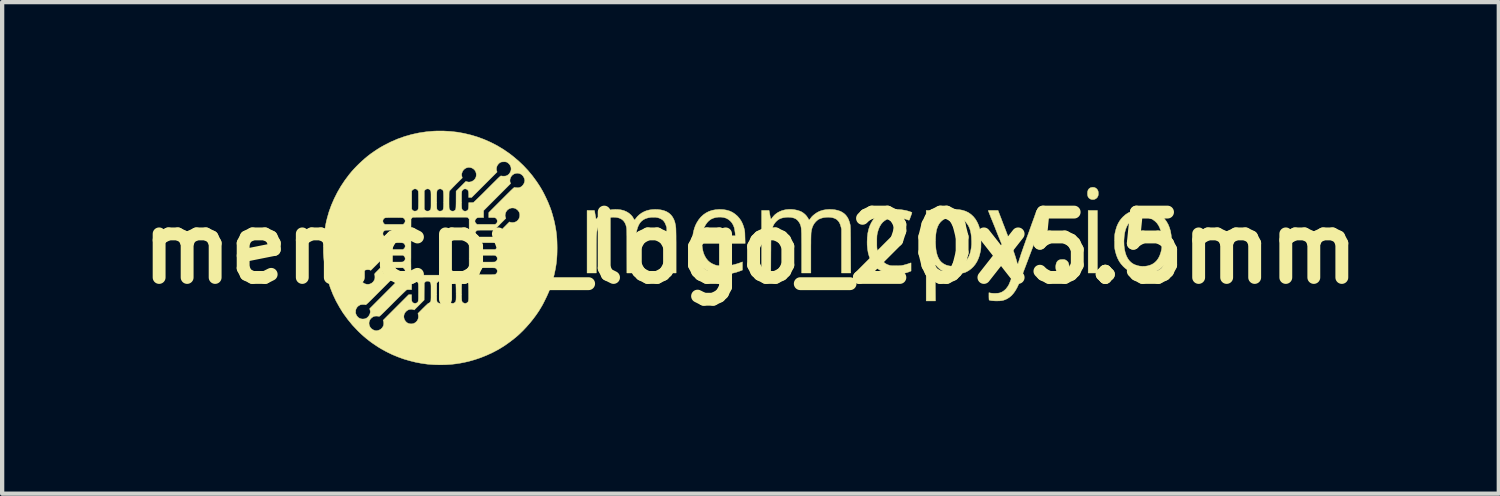
<source format=kicad_pcb>
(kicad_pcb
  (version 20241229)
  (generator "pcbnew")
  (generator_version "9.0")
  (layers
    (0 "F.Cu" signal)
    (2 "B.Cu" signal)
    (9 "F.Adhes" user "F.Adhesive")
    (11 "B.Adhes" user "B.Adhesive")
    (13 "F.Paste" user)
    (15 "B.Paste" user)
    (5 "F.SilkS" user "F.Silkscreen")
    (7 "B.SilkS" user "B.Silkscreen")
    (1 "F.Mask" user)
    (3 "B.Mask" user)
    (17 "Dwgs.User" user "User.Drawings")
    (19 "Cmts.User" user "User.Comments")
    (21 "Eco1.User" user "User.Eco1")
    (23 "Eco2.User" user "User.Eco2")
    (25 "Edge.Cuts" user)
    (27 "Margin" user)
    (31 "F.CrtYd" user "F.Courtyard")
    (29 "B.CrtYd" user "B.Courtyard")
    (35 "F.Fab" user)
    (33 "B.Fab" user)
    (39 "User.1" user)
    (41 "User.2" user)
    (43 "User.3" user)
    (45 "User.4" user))
  (footprint "memcpy_logo_20x5.5mm"
    (layer "F.Cu")
    (at 14.449 2.73)
    (property "Reference" "memcpy_logo_20x5.5mm" (at 0 0 0) (layer "F.SilkS") (effects (font (size 1.524 1.524) (thickness 0.3))))
    (attr through_hole)
    (fp_poly (pts (xy 8.089 0.585) (xy 7.874 0.585) (xy 7.874 -0.872) (xy 8.089 -0.872) (xy 8.089 0.585)) (stroke (width 0.01) (type solid)) (fill yes) (layer "F.SilkS"))
    (fp_poly (pts (xy 8.017 -1.409) (xy 8.05 -1.395) (xy 8.077 -1.373) (xy 8.097 -1.344) (xy 8.102 -1.332) (xy 8.109 -1.306) (xy 8.111 -1.275) (xy 8.11 -1.243) (xy 8.105 -1.215) (xy 8.102 -1.208) (xy 8.085 -1.176) (xy 8.06 -1.152) (xy 8.03 -1.135) (xy 7.997 -1.127) (xy 7.962 -1.128) (xy 7.928 -1.138) (xy 7.921 -1.142) (xy 7.895 -1.16) (xy 7.876 -1.183) (xy 7.864 -1.211) (xy 7.859 -1.248) (xy 7.858 -1.276) (xy 7.862 -1.317) (xy 7.874 -1.352) (xy 7.894 -1.379) (xy 7.921 -1.399) (xy 7.943 -1.407) (xy 7.981 -1.413) (xy 8.017 -1.409)) (stroke (width 0.01) (type solid)) (fill yes) (layer "F.SilkS"))
    (fp_poly (pts (xy 7.3 0.271) (xy 7.319 0.273) (xy 7.335 0.278) (xy 7.346 0.282) (xy 7.376 0.301) (xy 7.399 0.325) (xy 7.415 0.354) (xy 7.425 0.392) (xy 7.428 0.403) (xy 7.431 0.441) (xy 7.428 0.48) (xy 7.421 0.516) (xy 7.41 0.546) (xy 7.391 0.573) (xy 7.364 0.595) (xy 7.331 0.612) (xy 7.295 0.621) (xy 7.259 0.623) (xy 7.242 0.62) (xy 7.206 0.609) (xy 7.175 0.591) (xy 7.151 0.569) (xy 7.14 0.553) (xy 7.127 0.519) (xy 7.12 0.48) (xy 7.118 0.44) (xy 7.121 0.4) (xy 7.13 0.363) (xy 7.143 0.332) (xy 7.161 0.307) (xy 7.163 0.306) (xy 7.185 0.288) (xy 7.211 0.278) (xy 7.241 0.272) (xy 7.272 0.271) (xy 7.3 0.271)) (stroke (width 0.01) (type solid)) (fill yes) (layer "F.SilkS"))
    (fp_poly (pts (xy 3.445 -0.896) (xy 3.529 -0.888) (xy 3.614 -0.874) (xy 3.661 -0.862) (xy 3.684 -0.855) (xy 3.708 -0.848) (xy 3.73 -0.84) (xy 3.749 -0.833) (xy 3.761 -0.828) (xy 3.764 -0.827) (xy 3.764 -0.821) (xy 3.76 -0.807) (xy 3.753 -0.785) (xy 3.742 -0.753) (xy 3.73 -0.721) (xy 3.721 -0.697) (xy 3.714 -0.676) (xy 3.708 -0.661) (xy 3.707 -0.656) (xy 3.701 -0.648) (xy 3.688 -0.647) (xy 3.668 -0.653) (xy 3.663 -0.655) (xy 3.622 -0.67) (xy 3.573 -0.683) (xy 3.52 -0.693) (xy 3.467 -0.701) (xy 3.415 -0.706) (xy 3.387 -0.707) (xy 3.313 -0.703) (xy 3.246 -0.69) (xy 3.186 -0.669) (xy 3.133 -0.639) (xy 3.086 -0.601) (xy 3.046 -0.553) (xy 3.012 -0.497) (xy 2.984 -0.432) (xy 2.962 -0.357) (xy 2.958 -0.34) (xy 2.954 -0.321) (xy 2.952 -0.303) (xy 2.949 -0.285) (xy 2.948 -0.263) (xy 2.947 -0.237) (xy 2.946 -0.204) (xy 2.946 -0.163) (xy 2.946 -0.141) (xy 2.946 -0.096) (xy 2.946 -0.06) (xy 2.947 -0.031) (xy 2.948 -0.008) (xy 2.95 0.011) (xy 2.952 0.029) (xy 2.956 0.046) (xy 2.958 0.058) (xy 2.975 0.122) (xy 2.994 0.177) (xy 3.017 0.225) (xy 3.045 0.268) (xy 3.079 0.307) (xy 3.084 0.312) (xy 3.12 0.345) (xy 3.156 0.371) (xy 3.196 0.391) (xy 3.234 0.404) (xy 3.247 0.409) (xy 3.26 0.412) (xy 3.274 0.414) (xy 3.292 0.415) (xy 3.314 0.416) (xy 3.343 0.417) (xy 3.381 0.417) (xy 3.39 0.417) (xy 3.431 0.416) (xy 3.463 0.416) (xy 3.488 0.415) (xy 3.509 0.413) (xy 3.527 0.411) (xy 3.546 0.407) (xy 3.567 0.403) (xy 3.57 0.402) (xy 3.6 0.394) (xy 3.631 0.385) (xy 3.659 0.377) (xy 3.672 0.373) (xy 3.694 0.365) (xy 3.714 0.358) (xy 3.727 0.354) (xy 3.729 0.353) (xy 3.744 0.349) (xy 3.744 0.539) (xy 3.715 0.551) (xy 3.671 0.568) (xy 3.629 0.581) (xy 3.586 0.591) (xy 3.54 0.598) (xy 3.489 0.602) (xy 3.43 0.605) (xy 3.401 0.605) (xy 3.36 0.606) (xy 3.327 0.606) (xy 3.301 0.605) (xy 3.28 0.604) (xy 3.26 0.602) (xy 3.242 0.599) (xy 3.221 0.595) (xy 3.214 0.594) (xy 3.139 0.574) (xy 3.073 0.549) (xy 3.013 0.518) (xy 2.959 0.479) (xy 2.937 0.459) (xy 2.882 0.403) (xy 2.836 0.341) (xy 2.798 0.273) (xy 2.768 0.199) (xy 2.745 0.118) (xy 2.73 0.029) (xy 2.721 -0.067) (xy 2.72 -0.141) (xy 2.724 -0.246) (xy 2.736 -0.344) (xy 2.756 -0.434) (xy 2.784 -0.517) (xy 2.82 -0.592) (xy 2.863 -0.66) (xy 2.914 -0.719) (xy 2.973 -0.771) (xy 3.04 -0.815) (xy 3.068 -0.83) (xy 3.132 -0.857) (xy 3.203 -0.877) (xy 3.28 -0.89) (xy 3.361 -0.897) (xy 3.445 -0.896)) (stroke (width 0.01) (type solid)) (fill yes) (layer "F.SilkS"))
    (fp_poly (pts (xy 9.243 -0.892) (xy 9.327 -0.879) (xy 9.405 -0.856) (xy 9.478 -0.825) (xy 9.544 -0.784) (xy 9.603 -0.734) (xy 9.651 -0.682) (xy 9.699 -0.617) (xy 9.739 -0.547) (xy 9.77 -0.471) (xy 9.794 -0.39) (xy 9.809 -0.302) (xy 9.818 -0.207) (xy 9.819 -0.144) (xy 9.815 -0.039) (xy 9.803 0.058) (xy 9.782 0.148) (xy 9.754 0.23) (xy 9.717 0.305) (xy 9.672 0.373) (xy 9.619 0.433) (xy 9.558 0.486) (xy 9.556 0.487) (xy 9.506 0.521) (xy 9.456 0.547) (xy 9.402 0.569) (xy 9.342 0.587) (xy 9.3 0.596) (xy 9.26 0.602) (xy 9.212 0.606) (xy 9.161 0.608) (xy 9.11 0.607) (xy 9.061 0.604) (xy 9.019 0.599) (xy 9.003 0.596) (xy 8.964 0.587) (xy 8.931 0.578) (xy 8.901 0.567) (xy 8.869 0.553) (xy 8.851 0.545) (xy 8.806 0.521) (xy 8.766 0.496) (xy 8.729 0.466) (xy 8.691 0.431) (xy 8.641 0.374) (xy 8.598 0.313) (xy 8.562 0.244) (xy 8.532 0.168) (xy 8.508 0.083) (xy 8.502 0.055) (xy 8.498 0.036) (xy 8.495 0.018) (xy 8.493 -0.001) (xy 8.491 -0.022) (xy 8.49 -0.047) (xy 8.49 -0.079) (xy 8.49 -0.119) (xy 8.49 -0.146) (xy 8.708 -0.146) (xy 8.711 -0.052) (xy 8.722 0.034) (xy 8.739 0.112) (xy 8.763 0.182) (xy 8.794 0.243) (xy 8.831 0.296) (xy 8.875 0.34) (xy 8.926 0.375) (xy 8.948 0.387) (xy 9.006 0.409) (xy 9.07 0.424) (xy 9.137 0.43) (xy 9.205 0.428) (xy 9.259 0.42) (xy 9.322 0.402) (xy 9.379 0.375) (xy 9.429 0.34) (xy 9.473 0.296) (xy 9.511 0.243) (xy 9.542 0.181) (xy 9.567 0.11) (xy 9.582 0.05) (xy 9.586 0.03) (xy 9.589 0.011) (xy 9.591 -0.009) (xy 9.592 -0.032) (xy 9.593 -0.059) (xy 9.594 -0.094) (xy 9.594 -0.137) (xy 9.594 -0.144) (xy 9.594 -0.188) (xy 9.593 -0.224) (xy 9.593 -0.252) (xy 9.591 -0.275) (xy 9.589 -0.295) (xy 9.586 -0.315) (xy 9.582 -0.334) (xy 9.582 -0.337) (xy 9.563 -0.411) (xy 9.54 -0.475) (xy 9.511 -0.531) (xy 9.477 -0.579) (xy 9.436 -0.62) (xy 9.388 -0.656) (xy 9.365 -0.67) (xy 9.32 -0.69) (xy 9.268 -0.704) (xy 9.211 -0.712) (xy 9.151 -0.715) (xy 9.092 -0.713) (xy 9.034 -0.704) (xy 8.982 -0.69) (xy 8.945 -0.675) (xy 8.891 -0.642) (xy 8.844 -0.601) (xy 8.804 -0.552) (xy 8.771 -0.493) (xy 8.745 -0.427) (xy 8.726 -0.351) (xy 8.714 -0.267) (xy 8.708 -0.174) (xy 8.708 -0.146) (xy 8.49 -0.146) (xy 8.49 -0.149) (xy 8.49 -0.195) (xy 8.49 -0.231) (xy 8.491 -0.261) (xy 8.492 -0.285) (xy 8.494 -0.305) (xy 8.496 -0.323) (xy 8.499 -0.342) (xy 8.502 -0.356) (xy 8.522 -0.436) (xy 8.545 -0.507) (xy 8.574 -0.571) (xy 8.608 -0.629) (xy 8.648 -0.682) (xy 8.684 -0.721) (xy 8.742 -0.773) (xy 8.805 -0.815) (xy 8.875 -0.848) (xy 8.95 -0.873) (xy 9.032 -0.889) (xy 9.12 -0.896) (xy 9.152 -0.897) (xy 9.243 -0.892)) (stroke (width 0.01) (type solid)) (fill yes) (layer "F.SilkS"))
    (fp_poly (pts (xy -0.632 -0.893) (xy -0.556 -0.88) (xy -0.487 -0.86) (xy -0.422 -0.83) (xy -0.363 -0.791) (xy -0.307 -0.743) (xy -0.299 -0.735) (xy -0.254 -0.682) (xy -0.215 -0.624) (xy -0.183 -0.559) (xy -0.157 -0.486) (xy -0.143 -0.433) (xy -0.139 -0.415) (xy -0.136 -0.397) (xy -0.133 -0.376) (xy -0.131 -0.351) (xy -0.13 -0.32) (xy -0.129 -0.281) (xy -0.128 -0.244) (xy -0.124 -0.105) (xy -0.629 -0.105) (xy -1.133 -0.105) (xy -1.13 -0.065) (xy -1.122 -0.001) (xy -1.112 0.055) (xy -1.1 0.104) (xy -1.084 0.149) (xy -1.065 0.19) (xy -1.032 0.247) (xy -0.993 0.295) (xy -0.947 0.336) (xy -0.893 0.369) (xy -0.831 0.396) (xy -0.798 0.407) (xy -0.778 0.411) (xy -0.75 0.414) (xy -0.714 0.416) (xy -0.674 0.417) (xy -0.631 0.418) (xy -0.588 0.417) (xy -0.546 0.416) (xy -0.508 0.414) (xy -0.476 0.411) (xy -0.453 0.407) (xy -0.384 0.391) (xy -0.319 0.373) (xy -0.259 0.354) (xy -0.208 0.334) (xy -0.188 0.326) (xy -0.188 0.517) (xy -0.231 0.534) (xy -0.333 0.569) (xy -0.425 0.592) (xy -0.446 0.596) (xy -0.468 0.599) (xy -0.492 0.601) (xy -0.52 0.603) (xy -0.554 0.604) (xy -0.597 0.605) (xy -0.624 0.605) (xy -0.668 0.606) (xy -0.703 0.606) (xy -0.731 0.606) (xy -0.753 0.605) (xy -0.772 0.603) (xy -0.79 0.601) (xy -0.808 0.598) (xy -0.828 0.594) (xy -0.828 0.594) (xy -0.91 0.573) (xy -0.983 0.545) (xy -1.049 0.51) (xy -1.11 0.467) (xy -1.165 0.415) (xy -1.199 0.375) (xy -1.223 0.342) (xy -1.248 0.301) (xy -1.272 0.257) (xy -1.293 0.212) (xy -1.31 0.17) (xy -1.313 0.16) (xy -1.324 0.122) (xy -1.333 0.087) (xy -1.34 0.051) (xy -1.344 0.014) (xy -1.347 -0.028) (xy -1.349 -0.076) (xy -1.349 -0.133) (xy -1.349 -0.135) (xy -1.349 -0.18) (xy -1.349 -0.216) (xy -1.348 -0.245) (xy -1.347 -0.269) (xy -1.345 -0.282) (xy -1.127 -0.282) (xy -0.353 -0.282) (xy -0.353 -0.297) (xy -0.355 -0.318) (xy -0.357 -0.346) (xy -0.362 -0.379) (xy -0.367 -0.412) (xy -0.372 -0.443) (xy -0.378 -0.468) (xy -0.381 -0.48) (xy -0.404 -0.536) (xy -0.434 -0.586) (xy -0.472 -0.629) (xy -0.515 -0.664) (xy -0.562 -0.69) (xy -0.575 -0.695) (xy -0.631 -0.711) (xy -0.69 -0.718) (xy -0.751 -0.717) (xy -0.811 -0.709) (xy -0.867 -0.693) (xy -0.918 -0.67) (xy -0.928 -0.664) (xy -0.974 -0.629) (xy -1.015 -0.585) (xy -1.05 -0.534) (xy -1.08 -0.477) (xy -1.102 -0.416) (xy -1.115 -0.351) (xy -1.115 -0.351) (xy -1.119 -0.329) (xy -1.122 -0.309) (xy -1.124 -0.297) (xy -1.127 -0.282) (xy -1.345 -0.282) (xy -1.345 -0.29) (xy -1.342 -0.31) (xy -1.338 -0.331) (xy -1.337 -0.337) (xy -1.322 -0.405) (xy -1.305 -0.464) (xy -1.285 -0.518) (xy -1.261 -0.568) (xy -1.253 -0.583) (xy -1.208 -0.655) (xy -1.157 -0.718) (xy -1.1 -0.771) (xy -1.037 -0.815) (xy -0.969 -0.85) (xy -0.895 -0.875) (xy -0.815 -0.89) (xy -0.73 -0.897) (xy -0.715 -0.897) (xy -0.632 -0.893)) (stroke (width 0.01) (type solid)) (fill yes) (layer "F.SilkS"))
    (fp_poly (pts (xy -3.088 -0.895) (xy -3.022 -0.887) (xy -2.962 -0.873) (xy -2.943 -0.866) (xy -2.884 -0.84) (xy -2.832 -0.807) (xy -2.786 -0.767) (xy -2.749 -0.723) (xy -2.725 -0.681) (xy -2.717 -0.665) (xy -2.709 -0.655) (xy -2.704 -0.652) (xy -2.697 -0.656) (xy -2.687 -0.667) (xy -2.675 -0.683) (xy -2.638 -0.73) (xy -2.591 -0.774) (xy -2.538 -0.813) (xy -2.479 -0.845) (xy -2.427 -0.866) (xy -2.364 -0.883) (xy -2.297 -0.893) (xy -2.227 -0.897) (xy -2.158 -0.895) (xy -2.09 -0.886) (xy -2.027 -0.872) (xy -1.971 -0.851) (xy -1.95 -0.841) (xy -1.898 -0.808) (xy -1.854 -0.768) (xy -1.817 -0.72) (xy -1.787 -0.665) (xy -1.764 -0.602) (xy -1.748 -0.53) (xy -1.74 -0.469) (xy -1.739 -0.451) (xy -1.738 -0.422) (xy -1.737 -0.383) (xy -1.736 -0.334) (xy -1.735 -0.276) (xy -1.735 -0.208) (xy -1.734 -0.132) (xy -1.734 -0.048) (xy -1.734 0.044) (xy -1.734 0.09) (xy -1.734 0.585) (xy -1.949 0.585) (xy -1.95 0.057) (xy -1.952 -0.472) (xy -1.965 -0.511) (xy -1.983 -0.558) (xy -2.002 -0.597) (xy -2.024 -0.627) (xy -2.05 -0.653) (xy -2.06 -0.66) (xy -2.105 -0.686) (xy -2.157 -0.704) (xy -2.215 -0.714) (xy -2.281 -0.715) (xy -2.318 -0.713) (xy -2.384 -0.702) (xy -2.443 -0.685) (xy -2.493 -0.66) (xy -2.537 -0.627) (xy -2.574 -0.587) (xy -2.605 -0.537) (xy -2.63 -0.479) (xy -2.65 -0.411) (xy -2.652 -0.404) (xy -2.654 -0.395) (xy -2.655 -0.386) (xy -2.657 -0.376) (xy -2.658 -0.364) (xy -2.659 -0.35) (xy -2.66 -0.332) (xy -2.661 -0.311) (xy -2.662 -0.284) (xy -2.663 -0.252) (xy -2.663 -0.214) (xy -2.664 -0.168) (xy -2.664 -0.115) (xy -2.664 -0.053) (xy -2.665 0.018) (xy -2.665 0.099) (xy -2.665 0.115) (xy -2.668 0.585) (xy -2.882 0.585) (xy -2.883 0.073) (xy -2.883 -0.014) (xy -2.883 -0.092) (xy -2.883 -0.159) (xy -2.883 -0.218) (xy -2.883 -0.268) (xy -2.884 -0.312) (xy -2.884 -0.348) (xy -2.885 -0.378) (xy -2.885 -0.404) (xy -2.886 -0.424) (xy -2.887 -0.441) (xy -2.888 -0.455) (xy -2.889 -0.466) (xy -2.891 -0.476) (xy -2.892 -0.484) (xy -2.893 -0.486) (xy -2.909 -0.544) (xy -2.932 -0.592) (xy -2.962 -0.633) (xy -2.999 -0.665) (xy -3.044 -0.689) (xy -3.096 -0.706) (xy -3.14 -0.713) (xy -3.202 -0.716) (xy -3.264 -0.712) (xy -3.323 -0.701) (xy -3.376 -0.683) (xy -3.412 -0.665) (xy -3.457 -0.633) (xy -3.495 -0.594) (xy -3.527 -0.547) (xy -3.552 -0.491) (xy -3.567 -0.445) (xy -3.572 -0.427) (xy -3.576 -0.41) (xy -3.579 -0.392) (xy -3.583 -0.373) (xy -3.585 -0.351) (xy -3.587 -0.327) (xy -3.589 -0.299) (xy -3.591 -0.267) (xy -3.592 -0.229) (xy -3.593 -0.185) (xy -3.593 -0.134) (xy -3.594 -0.075) (xy -3.594 -0.008) (xy -3.594 0.069) (xy -3.594 0.153) (xy -3.595 0.585) (xy -3.81 0.585) (xy -3.81 -0.872) (xy -3.639 -0.872) (xy -3.634 -0.852) (xy -3.63 -0.834) (xy -3.628 -0.819) (xy -3.628 -0.817) (xy -3.626 -0.806) (xy -3.623 -0.787) (xy -3.619 -0.764) (xy -3.617 -0.754) (xy -3.612 -0.73) (xy -3.608 -0.709) (xy -3.606 -0.693) (xy -3.606 -0.689) (xy -3.603 -0.677) (xy -3.596 -0.674) (xy -3.585 -0.679) (xy -3.573 -0.693) (xy -3.57 -0.697) (xy -3.531 -0.746) (xy -3.484 -0.789) (xy -3.429 -0.827) (xy -3.368 -0.857) (xy -3.344 -0.867) (xy -3.287 -0.883) (xy -3.223 -0.893) (xy -3.156 -0.897) (xy -3.088 -0.895)) (stroke (width 0.01) (type solid)) (fill yes) (layer "F.SilkS"))
    (fp_poly (pts (xy 4.864 -0.892) (xy 4.943 -0.878) (xy 5.015 -0.855) (xy 5.082 -0.823) (xy 5.142 -0.781) (xy 5.196 -0.731) (xy 5.244 -0.672) (xy 5.28 -0.612) (xy 5.304 -0.563) (xy 5.325 -0.511) (xy 5.342 -0.453) (xy 5.358 -0.388) (xy 5.363 -0.364) (xy 5.366 -0.345) (xy 5.369 -0.326) (xy 5.371 -0.308) (xy 5.373 -0.287) (xy 5.374 -0.263) (xy 5.375 -0.233) (xy 5.375 -0.196) (xy 5.375 -0.15) (xy 5.375 -0.141) (xy 5.375 -0.094) (xy 5.374 -0.056) (xy 5.374 -0.025) (xy 5.373 -0.001) (xy 5.371 0.02) (xy 5.369 0.038) (xy 5.366 0.056) (xy 5.363 0.075) (xy 5.36 0.088) (xy 5.351 0.128) (xy 5.343 0.16) (xy 5.335 0.189) (xy 5.325 0.218) (xy 5.314 0.248) (xy 5.282 0.317) (xy 5.242 0.381) (xy 5.196 0.438) (xy 5.143 0.488) (xy 5.086 0.53) (xy 5.025 0.563) (xy 5 0.573) (xy 4.946 0.589) (xy 4.89 0.6) (xy 4.828 0.606) (xy 4.78 0.607) (xy 4.704 0.604) (xy 4.635 0.595) (xy 4.572 0.579) (xy 4.512 0.555) (xy 4.455 0.524) (xy 4.437 0.512) (xy 4.416 0.496) (xy 4.393 0.476) (xy 4.37 0.454) (xy 4.349 0.433) (xy 4.334 0.415) (xy 4.33 0.41) (xy 4.32 0.401) (xy 4.311 0.398) (xy 4.305 0.399) (xy 4.302 0.404) (xy 4.303 0.417) (xy 4.304 0.421) (xy 4.305 0.43) (xy 4.305 0.45) (xy 4.306 0.478) (xy 4.307 0.515) (xy 4.307 0.559) (xy 4.308 0.61) (xy 4.309 0.665) (xy 4.309 0.726) (xy 4.31 0.789) (xy 4.31 0.841) (xy 4.314 1.237) (xy 4.097 1.237) (xy 4.097 -0.176) (xy 4.314 -0.176) (xy 4.315 -0.105) (xy 4.319 -0.036) (xy 4.325 0.03) (xy 4.334 0.09) (xy 4.34 0.117) (xy 4.36 0.185) (xy 4.385 0.243) (xy 4.416 0.293) (xy 4.453 0.334) (xy 4.497 0.368) (xy 4.548 0.395) (xy 4.568 0.403) (xy 4.616 0.417) (xy 4.671 0.426) (xy 4.728 0.43) (xy 4.784 0.428) (xy 4.835 0.421) (xy 4.842 0.42) (xy 4.899 0.401) (xy 4.951 0.372) (xy 4.999 0.333) (xy 5.04 0.286) (xy 5.077 0.23) (xy 5.091 0.202) (xy 5.107 0.163) (xy 5.121 0.125) (xy 5.132 0.084) (xy 5.141 0.037) (xy 5.147 0.002) (xy 5.151 -0.03) (xy 5.154 -0.059) (xy 5.156 -0.087) (xy 5.156 -0.117) (xy 5.156 -0.154) (xy 5.155 -0.174) (xy 5.151 -0.259) (xy 5.141 -0.335) (xy 5.127 -0.403) (xy 5.107 -0.463) (xy 5.081 -0.517) (xy 5.05 -0.565) (xy 5.013 -0.609) (xy 5.008 -0.613) (xy 4.967 -0.649) (xy 4.924 -0.677) (xy 4.877 -0.696) (xy 4.824 -0.709) (xy 4.794 -0.713) (xy 4.74 -0.716) (xy 4.682 -0.713) (xy 4.626 -0.705) (xy 4.573 -0.692) (xy 4.526 -0.675) (xy 4.514 -0.669) (xy 4.469 -0.64) (xy 4.429 -0.602) (xy 4.394 -0.555) (xy 4.366 -0.5) (xy 4.344 -0.437) (xy 4.34 -0.425) (xy 4.33 -0.373) (xy 4.322 -0.312) (xy 4.317 -0.246) (xy 4.314 -0.176) (xy 4.097 -0.176) (xy 4.097 -0.872) (xy 4.273 -0.872) (xy 4.276 -0.857) (xy 4.279 -0.841) (xy 4.282 -0.823) (xy 4.288 -0.776) (xy 4.295 -0.737) (xy 4.3 -0.707) (xy 4.305 -0.687) (xy 4.31 -0.676) (xy 4.311 -0.675) (xy 4.319 -0.677) (xy 4.329 -0.686) (xy 4.33 -0.688) (xy 4.339 -0.699) (xy 4.353 -0.715) (xy 4.371 -0.734) (xy 4.385 -0.748) (xy 4.438 -0.795) (xy 4.496 -0.833) (xy 4.56 -0.862) (xy 4.631 -0.883) (xy 4.708 -0.894) (xy 4.779 -0.897) (xy 4.864 -0.892)) (stroke (width 0.01) (type solid)) (fill yes) (layer "F.SilkS"))
    (fp_poly (pts (xy 0.958 -0.898) (xy 1.023 -0.891) (xy 1.086 -0.878) (xy 1.145 -0.86) (xy 1.186 -0.843) (xy 1.232 -0.814) (xy 1.274 -0.779) (xy 1.311 -0.738) (xy 1.34 -0.694) (xy 1.348 -0.68) (xy 1.356 -0.664) (xy 1.365 -0.654) (xy 1.369 -0.652) (xy 1.376 -0.656) (xy 1.386 -0.668) (xy 1.397 -0.683) (xy 1.425 -0.72) (xy 1.462 -0.757) (xy 1.506 -0.792) (xy 1.553 -0.824) (xy 1.603 -0.85) (xy 1.631 -0.861) (xy 1.693 -0.88) (xy 1.76 -0.892) (xy 1.829 -0.897) (xy 1.899 -0.896) (xy 1.967 -0.889) (xy 2.031 -0.875) (xy 2.09 -0.856) (xy 2.128 -0.837) (xy 2.178 -0.805) (xy 2.22 -0.766) (xy 2.255 -0.72) (xy 2.285 -0.666) (xy 2.308 -0.603) (xy 2.321 -0.555) (xy 2.323 -0.546) (xy 2.324 -0.538) (xy 2.326 -0.528) (xy 2.327 -0.518) (xy 2.328 -0.505) (xy 2.329 -0.489) (xy 2.33 -0.469) (xy 2.331 -0.445) (xy 2.332 -0.416) (xy 2.332 -0.382) (xy 2.333 -0.341) (xy 2.333 -0.293) (xy 2.334 -0.237) (xy 2.334 -0.172) (xy 2.335 -0.099) (xy 2.335 -0.015) (xy 2.335 0.04) (xy 2.338 0.585) (xy 2.231 0.585) (xy 2.123 0.585) (xy 2.123 -0.439) (xy 2.11 -0.49) (xy 2.094 -0.544) (xy 2.074 -0.589) (xy 2.049 -0.625) (xy 2.018 -0.656) (xy 2.001 -0.669) (xy 1.962 -0.689) (xy 1.917 -0.704) (xy 1.865 -0.713) (xy 1.811 -0.716) (xy 1.754 -0.713) (xy 1.698 -0.705) (xy 1.645 -0.69) (xy 1.596 -0.67) (xy 1.59 -0.668) (xy 1.576 -0.658) (xy 1.557 -0.643) (xy 1.536 -0.624) (xy 1.524 -0.613) (xy 1.49 -0.573) (xy 1.463 -0.529) (xy 1.441 -0.479) (xy 1.425 -0.422) (xy 1.414 -0.356) (xy 1.414 -0.354) (xy 1.413 -0.339) (xy 1.412 -0.314) (xy 1.411 -0.278) (xy 1.41 -0.233) (xy 1.409 -0.179) (xy 1.409 -0.117) (xy 1.408 -0.046) (xy 1.408 0.032) (xy 1.408 0.117) (xy 1.408 0.139) (xy 1.408 0.585) (xy 1.193 0.585) (xy 1.193 0.109) (xy 1.193 0.016) (xy 1.193 -0.067) (xy 1.192 -0.139) (xy 1.192 -0.203) (xy 1.191 -0.259) (xy 1.191 -0.307) (xy 1.19 -0.349) (xy 1.188 -0.384) (xy 1.187 -0.414) (xy 1.185 -0.439) (xy 1.183 -0.461) (xy 1.18 -0.479) (xy 1.177 -0.495) (xy 1.174 -0.509) (xy 1.17 -0.522) (xy 1.17 -0.525) (xy 1.151 -0.57) (xy 1.125 -0.611) (xy 1.095 -0.647) (xy 1.061 -0.674) (xy 1.059 -0.675) (xy 1.022 -0.693) (xy 0.977 -0.706) (xy 0.926 -0.714) (xy 0.871 -0.716) (xy 0.822 -0.713) (xy 0.764 -0.704) (xy 0.715 -0.691) (xy 0.671 -0.672) (xy 0.633 -0.647) (xy 0.599 -0.616) (xy 0.573 -0.587) (xy 0.551 -0.556) (xy 0.532 -0.523) (xy 0.517 -0.484) (xy 0.503 -0.438) (xy 0.49 -0.383) (xy 0.49 -0.381) (xy 0.488 -0.37) (xy 0.486 -0.36) (xy 0.484 -0.349) (xy 0.483 -0.337) (xy 0.482 -0.323) (xy 0.481 -0.306) (xy 0.48 -0.285) (xy 0.479 -0.259) (xy 0.479 -0.229) (xy 0.478 -0.192) (xy 0.478 -0.149) (xy 0.477 -0.098) (xy 0.477 -0.038) (xy 0.477 0.031) (xy 0.476 0.11) (xy 0.476 0.131) (xy 0.474 0.585) (xy 0.26 0.585) (xy 0.26 -0.872) (xy 0.434 -0.872) (xy 0.444 -0.816) (xy 0.452 -0.773) (xy 0.458 -0.739) (xy 0.463 -0.714) (xy 0.467 -0.696) (xy 0.471 -0.684) (xy 0.474 -0.678) (xy 0.478 -0.674) (xy 0.481 -0.674) (xy 0.49 -0.676) (xy 0.491 -0.678) (xy 0.495 -0.687) (xy 0.505 -0.702) (xy 0.52 -0.72) (xy 0.537 -0.74) (xy 0.555 -0.759) (xy 0.573 -0.777) (xy 0.584 -0.786) (xy 0.632 -0.821) (xy 0.683 -0.848) (xy 0.737 -0.87) (xy 0.799 -0.886) (xy 0.833 -0.892) (xy 0.894 -0.898) (xy 0.958 -0.898)) (stroke (width 0.01) (type solid)) (fill yes) (layer "F.SilkS"))
    (fp_poly (pts (xy 5.773 -0.872) (xy 5.794 -0.816) (xy 5.806 -0.785) (xy 5.819 -0.752) (xy 5.83 -0.721) (xy 5.835 -0.71) (xy 5.846 -0.682) (xy 5.858 -0.649) (xy 5.871 -0.617) (xy 5.876 -0.602) (xy 5.895 -0.552) (xy 5.912 -0.51) (xy 5.925 -0.475) (xy 5.935 -0.45) (xy 5.941 -0.433) (xy 5.942 -0.431) (xy 5.948 -0.417) (xy 5.955 -0.399) (xy 5.958 -0.389) (xy 5.967 -0.366) (xy 5.976 -0.342) (xy 5.979 -0.334) (xy 5.985 -0.319) (xy 5.993 -0.297) (xy 6.004 -0.269) (xy 6.016 -0.238) (xy 6.022 -0.224) (xy 6.033 -0.193) (xy 6.045 -0.164) (xy 6.054 -0.138) (xy 6.062 -0.119) (xy 6.064 -0.113) (xy 6.105 -0.003) (xy 6.142 0.102) (xy 6.175 0.201) (xy 6.202 0.292) (xy 6.218 0.349) (xy 6.224 0.367) (xy 6.231 0.375) (xy 6.238 0.373) (xy 6.243 0.361) (xy 6.243 0.36) (xy 6.246 0.349) (xy 6.251 0.33) (xy 6.259 0.304) (xy 6.269 0.274) (xy 6.279 0.241) (xy 6.29 0.208) (xy 6.3 0.176) (xy 6.309 0.147) (xy 6.317 0.124) (xy 6.322 0.108) (xy 6.323 0.108) (xy 6.329 0.091) (xy 6.337 0.067) (xy 6.346 0.04) (xy 6.353 0.022) (xy 6.362 -0.005) (xy 6.371 -0.031) (xy 6.379 -0.053) (xy 6.383 -0.064) (xy 6.389 -0.08) (xy 6.397 -0.103) (xy 6.407 -0.131) (xy 6.416 -0.157) (xy 6.426 -0.185) (xy 6.435 -0.21) (xy 6.442 -0.23) (xy 6.446 -0.243) (xy 6.446 -0.243) (xy 6.452 -0.259) (xy 6.46 -0.28) (xy 6.465 -0.294) (xy 6.474 -0.318) (xy 6.483 -0.343) (xy 6.487 -0.355) (xy 6.493 -0.37) (xy 6.501 -0.393) (xy 6.511 -0.421) (xy 6.522 -0.453) (xy 6.529 -0.472) (xy 6.541 -0.504) (xy 6.551 -0.534) (xy 6.561 -0.561) (xy 6.568 -0.581) (xy 6.571 -0.589) (xy 6.58 -0.612) (xy 6.589 -0.638) (xy 6.593 -0.649) (xy 6.602 -0.672) (xy 6.611 -0.698) (xy 6.615 -0.708) (xy 6.621 -0.725) (xy 6.629 -0.749) (xy 6.639 -0.777) (xy 6.649 -0.805) (xy 6.673 -0.872) (xy 6.788 -0.872) (xy 6.827 -0.872) (xy 6.859 -0.871) (xy 6.883 -0.87) (xy 6.898 -0.869) (xy 6.902 -0.867) (xy 6.9 -0.859) (xy 6.895 -0.846) (xy 6.894 -0.844) (xy 6.888 -0.829) (xy 6.88 -0.809) (xy 6.872 -0.788) (xy 6.862 -0.763) (xy 6.852 -0.735) (xy 6.845 -0.716) (xy 6.833 -0.684) (xy 6.82 -0.649) (xy 6.807 -0.615) (xy 6.795 -0.583) (xy 6.786 -0.56) (xy 6.776 -0.533) (xy 6.765 -0.504) (xy 6.754 -0.475) (xy 6.745 -0.45) (xy 6.74 -0.436) (xy 6.726 -0.4) (xy 6.711 -0.36) (xy 6.696 -0.32) (xy 6.682 -0.283) (xy 6.669 -0.251) (xy 6.66 -0.226) (xy 6.659 -0.224) (xy 6.652 -0.205) (xy 6.643 -0.181) (xy 6.634 -0.156) (xy 6.631 -0.149) (xy 6.621 -0.123) (xy 6.611 -0.095) (xy 6.602 -0.071) (xy 6.6 -0.068) (xy 6.586 -0.028) (xy 6.574 0.002) (xy 6.566 0.025) (xy 6.559 0.042) (xy 6.554 0.055) (xy 6.552 0.061) (xy 6.546 0.076) (xy 6.538 0.097) (xy 6.531 0.116) (xy 6.522 0.139) (xy 6.512 0.167) (xy 6.501 0.194) (xy 6.499 0.199) (xy 6.49 0.224) (xy 6.481 0.249) (xy 6.473 0.269) (xy 6.471 0.273) (xy 6.465 0.292) (xy 6.456 0.316) (xy 6.446 0.341) (xy 6.443 0.348) (xy 6.433 0.375) (xy 6.423 0.403) (xy 6.414 0.427) (xy 6.412 0.431) (xy 6.404 0.452) (xy 6.396 0.473) (xy 6.391 0.486) (xy 6.384 0.504) (xy 6.375 0.529) (xy 6.363 0.56) (xy 6.351 0.593) (xy 6.344 0.61) (xy 6.338 0.629) (xy 6.329 0.653) (xy 6.319 0.678) (xy 6.316 0.685) (xy 6.306 0.711) (xy 6.296 0.74) (xy 6.287 0.764) (xy 6.285 0.768) (xy 6.25 0.855) (xy 6.213 0.933) (xy 6.174 1) (xy 6.133 1.058) (xy 6.09 1.108) (xy 6.043 1.148) (xy 5.993 1.181) (xy 5.955 1.2) (xy 5.919 1.214) (xy 5.885 1.225) (xy 5.849 1.231) (xy 5.808 1.235) (xy 5.76 1.236) (xy 5.746 1.236) (xy 5.712 1.236) (xy 5.678 1.234) (xy 5.648 1.232) (xy 5.624 1.23) (xy 5.617 1.229) (xy 5.596 1.225) (xy 5.579 1.221) (xy 5.569 1.218) (xy 5.568 1.218) (xy 5.565 1.215) (xy 5.563 1.207) (xy 5.562 1.194) (xy 5.561 1.173) (xy 5.56 1.143) (xy 5.56 1.13) (xy 5.56 1.045) (xy 5.598 1.053) (xy 5.631 1.057) (xy 5.669 1.06) (xy 5.709 1.06) (xy 5.749 1.058) (xy 5.783 1.055) (xy 5.81 1.05) (xy 5.864 1.029) (xy 5.912 0.998) (xy 5.956 0.958) (xy 5.995 0.908) (xy 6.022 0.864) (xy 6.026 0.855) (xy 6.034 0.838) (xy 6.044 0.813) (xy 6.057 0.781) (xy 6.071 0.745) (xy 6.087 0.705) (xy 6.103 0.663) (xy 6.116 0.63) (xy 6.13 0.595) (xy 6.035 0.357) (xy 6.015 0.307) (xy 5.996 0.26) (xy 5.979 0.215) (xy 5.963 0.176) (xy 5.949 0.142) (xy 5.938 0.115) (xy 5.931 0.097) (xy 5.927 0.088) (xy 5.917 0.063) (xy 5.905 0.034) (xy 5.893 0.005) (xy 5.883 -0.022) (xy 5.874 -0.044) (xy 5.872 -0.05) (xy 5.868 -0.061) (xy 5.86 -0.081) (xy 5.85 -0.106) (xy 5.838 -0.136) (xy 5.828 -0.16) (xy 5.805 -0.218) (xy 5.785 -0.266) (xy 5.769 -0.305) (xy 5.756 -0.338) (xy 5.746 -0.363) (xy 5.738 -0.383) (xy 5.732 -0.398) (xy 5.728 -0.409) (xy 5.725 -0.417) (xy 5.723 -0.42) (xy 5.717 -0.436) (xy 5.709 -0.457) (xy 5.705 -0.468) (xy 5.696 -0.49) (xy 5.686 -0.514) (xy 5.683 -0.523) (xy 5.677 -0.536) (xy 5.669 -0.558) (xy 5.657 -0.585) (xy 5.645 -0.617) (xy 5.631 -0.65) (xy 5.629 -0.654) (xy 5.616 -0.687) (xy 5.603 -0.718) (xy 5.593 -0.745) (xy 5.585 -0.765) (xy 5.58 -0.777) (xy 5.579 -0.779) (xy 5.573 -0.794) (xy 5.565 -0.815) (xy 5.558 -0.833) (xy 5.551 -0.851) (xy 5.546 -0.865) (xy 5.544 -0.871) (xy 5.544 -0.871) (xy 5.549 -0.871) (xy 5.564 -0.872) (xy 5.586 -0.872) (xy 5.615 -0.872) (xy 5.648 -0.872) (xy 5.658 -0.872) (xy 5.773 -0.872)) (stroke (width 0.01) (type solid)) (fill yes) (layer "F.SilkS"))
    (fp_poly (pts (xy -6.992 -2.716) (xy -6.834 -2.698) (xy -6.678 -2.67) (xy -6.523 -2.633) (xy -6.378 -2.59) (xy -6.216 -2.531) (xy -6.059 -2.462) (xy -5.907 -2.384) (xy -5.759 -2.295) (xy -5.617 -2.197) (xy -5.536 -2.134) (xy -5.411 -2.029) (xy -5.295 -1.919) (xy -5.186 -1.803) (xy -5.084 -1.68) (xy -4.987 -1.548) (xy -4.969 -1.521) (xy -4.935 -1.47) (xy -4.907 -1.426) (xy -4.884 -1.388) (xy -4.881 -1.383) (xy -4.873 -1.368) (xy -4.862 -1.35) (xy -4.857 -1.342) (xy -4.838 -1.307) (xy -4.815 -1.263) (xy -4.791 -1.215) (xy -4.766 -1.163) (xy -4.742 -1.111) (xy -4.719 -1.06) (xy -4.7 -1.013) (xy -4.684 -0.973) (xy -4.682 -0.969) (xy -4.675 -0.949) (xy -4.667 -0.93) (xy -4.663 -0.919) (xy -4.654 -0.893) (xy -4.642 -0.859) (xy -4.63 -0.818) (xy -4.616 -0.772) (xy -4.603 -0.724) (xy -4.59 -0.676) (xy -4.578 -0.63) (xy -4.568 -0.587) (xy -4.562 -0.555) (xy -4.547 -0.478) (xy -4.535 -0.408) (xy -4.526 -0.342) (xy -4.519 -0.277) (xy -4.514 -0.212) (xy -4.511 -0.143) (xy -4.509 -0.067) (xy -4.508 0) (xy -4.509 0.082) (xy -4.511 0.156) (xy -4.515 0.224) (xy -4.52 0.289) (xy -4.527 0.354) (xy -4.537 0.42) (xy -4.549 0.492) (xy -4.562 0.555) (xy -4.577 0.625) (xy -4.596 0.701) (xy -4.619 0.781) (xy -4.644 0.861) (xy -4.671 0.939) (xy -4.692 0.997) (xy -4.707 1.034) (xy -4.727 1.078) (xy -4.748 1.126) (xy -4.772 1.175) (xy -4.796 1.224) (xy -4.819 1.27) (xy -4.84 1.311) (xy -4.857 1.342) (xy -4.868 1.36) (xy -4.878 1.377) (xy -4.881 1.383) (xy -4.935 1.472) (xy -4.998 1.564) (xy -5.068 1.658) (xy -5.143 1.751) (xy -5.223 1.842) (xy -5.305 1.929) (xy -5.389 2.01) (xy -5.428 2.046) (xy -5.466 2.078) (xy -5.511 2.115) (xy -5.561 2.154) (xy -5.614 2.194) (xy -5.666 2.232) (xy -5.716 2.267) (xy -5.756 2.294) (xy -5.879 2.369) (xy -6.01 2.438) (xy -6.146 2.501) (xy -6.287 2.558) (xy -6.429 2.606) (xy -6.57 2.646) (xy -6.659 2.666) (xy -6.77 2.688) (xy -6.877 2.704) (xy -6.982 2.716) (xy -7.088 2.723) (xy -7.198 2.726) (xy -7.314 2.725) (xy -7.391 2.722) (xy -7.526 2.712) (xy -7.665 2.693) (xy -7.807 2.666) (xy -7.948 2.631) (xy -8.088 2.59) (xy -8.223 2.541) (xy -8.353 2.487) (xy -8.451 2.44) (xy -8.515 2.407) (xy -8.573 2.375) (xy -8.627 2.344) (xy -8.68 2.312) (xy -8.734 2.276) (xy -8.792 2.237) (xy -8.848 2.198) (xy -8.899 2.159) (xy -8.955 2.115) (xy -9.014 2.065) (xy -9.073 2.012) (xy -9.131 1.957) (xy -9.161 1.927) (xy -9.28 1.801) (xy -9.303 1.773) (xy -8.894 1.773) (xy -8.886 1.809) (xy -8.868 1.849) (xy -8.841 1.882) (xy -8.806 1.907) (xy -8.764 1.925) (xy -8.73 1.932) (xy -8.723 1.931) (xy -8.709 1.929) (xy -8.694 1.927) (xy -8.652 1.914) (xy -8.616 1.892) (xy -8.586 1.861) (xy -8.563 1.824) (xy -8.563 1.823) (xy -8.555 1.798) (xy -8.551 1.768) (xy -8.552 1.739) (xy -8.556 1.713) (xy -8.558 1.707) (xy -8.566 1.689) (xy -8.479 1.601) (xy -8.084 1.601) (xy -8.078 1.643) (xy -8.063 1.682) (xy -8.039 1.716) (xy -8.009 1.744) (xy -7.983 1.758) (xy -7.949 1.769) (xy -7.912 1.772) (xy -7.875 1.769) (xy -7.848 1.761) (xy -7.81 1.739) (xy -7.78 1.71) (xy -7.758 1.675) (xy -7.745 1.636) (xy -7.742 1.594) (xy -7.747 1.559) (xy -7.754 1.529) (xy -7.636 1.41) (xy -7.606 1.381) (xy -7.579 1.354) (xy -7.554 1.331) (xy -7.534 1.312) (xy -7.52 1.299) (xy -7.511 1.293) (xy -7.51 1.292) (xy -7.497 1.288) (xy -7.481 1.277) (xy -7.467 1.263) (xy -7.458 1.249) (xy -7.455 1.243) (xy -7.453 1.234) (xy -7.452 1.222) (xy -7.451 1.206) (xy -7.45 1.183) (xy -7.449 1.154) (xy -7.449 1.128) (xy -7.316 1.128) (xy -7.315 1.166) (xy -7.315 1.196) (xy -7.314 1.219) (xy -7.312 1.236) (xy -7.309 1.249) (xy -7.305 1.259) (xy -7.3 1.266) (xy -7.294 1.271) (xy -7.288 1.276) (xy -7.26 1.291) (xy -7.233 1.295) (xy -7.207 1.288) (xy -7.195 1.282) (xy -7.182 1.27) (xy -7.17 1.257) (xy -7.167 1.252) (xy -7.165 1.247) (xy -7.163 1.24) (xy -7.161 1.23) (xy -7.16 1.215) (xy -7.159 1.195) (xy -7.159 1.169) (xy -7.158 1.135) (xy -7.158 1.092) (xy -7.157 1.045) (xy -7.157 1.029) (xy -7.029 1.029) (xy -7.029 1.085) (xy -7.029 1.13) (xy -7.028 1.167) (xy -7.027 1.196) (xy -7.025 1.218) (xy -7.022 1.235) (xy -7.019 1.248) (xy -7.015 1.258) (xy -7.009 1.265) (xy -7.004 1.27) (xy -6.985 1.283) (xy -6.962 1.292) (xy -6.939 1.294) (xy -6.933 1.294) (xy -6.918 1.288) (xy -6.901 1.279) (xy -6.897 1.276) (xy -6.888 1.269) (xy -6.881 1.262) (xy -6.876 1.253) (xy -6.872 1.242) (xy -6.869 1.227) (xy -6.866 1.207) (xy -6.865 1.182) (xy -6.864 1.149) (xy -6.864 1.108) (xy -6.864 1.058) (xy -6.865 1.029) (xy -6.736 1.029) (xy -6.736 1.085) (xy -6.736 1.13) (xy -6.735 1.167) (xy -6.734 1.196) (xy -6.732 1.218) (xy -6.73 1.235) (xy -6.726 1.248) (xy -6.722 1.258) (xy -6.716 1.265) (xy -6.711 1.27) (xy -6.692 1.283) (xy -6.669 1.292) (xy -6.647 1.294) (xy -6.64 1.294) (xy -6.625 1.288) (xy -6.608 1.279) (xy -6.604 1.276) (xy -6.596 1.269) (xy -6.589 1.262) (xy -6.583 1.253) (xy -6.579 1.242) (xy -6.576 1.227) (xy -6.574 1.207) (xy -6.572 1.182) (xy -6.572 1.149) (xy -6.572 1.108) (xy -6.572 1.058) (xy -6.572 1.025) (xy -6.573 0.97) (xy -6.573 0.926) (xy -6.574 0.89) (xy -6.575 0.862) (xy -6.577 0.84) (xy -6.58 0.824) (xy -6.584 0.812) (xy -6.588 0.803) (xy -6.595 0.796) (xy -6.602 0.79) (xy -6.609 0.786) (xy -6.634 0.775) (xy -6.661 0.773) (xy -6.687 0.781) (xy -6.709 0.796) (xy -6.726 0.819) (xy -6.726 0.819) (xy -6.729 0.826) (xy -6.731 0.834) (xy -6.733 0.845) (xy -6.734 0.859) (xy -6.735 0.877) (xy -6.736 0.902) (xy -6.736 0.934) (xy -6.736 0.974) (xy -6.736 1.025) (xy -6.736 1.029) (xy -6.865 1.029) (xy -6.865 1.025) (xy -6.865 0.97) (xy -6.866 0.926) (xy -6.867 0.89) (xy -6.868 0.862) (xy -6.87 0.84) (xy -6.873 0.824) (xy -6.876 0.812) (xy -6.881 0.803) (xy -6.887 0.796) (xy -6.895 0.79) (xy -6.902 0.786) (xy -6.927 0.775) (xy -6.954 0.773) (xy -6.98 0.781) (xy -7.002 0.796) (xy -7.018 0.819) (xy -7.019 0.819) (xy -7.021 0.826) (xy -7.024 0.834) (xy -7.025 0.845) (xy -7.027 0.859) (xy -7.028 0.877) (xy -7.028 0.902) (xy -7.029 0.934) (xy -7.029 0.974) (xy -7.029 1.025) (xy -7.029 1.029) (xy -7.157 1.029) (xy -7.157 0.986) (xy -7.157 0.936) (xy -7.157 0.895) (xy -7.158 0.862) (xy -7.16 0.84) (xy -7.161 0.828) (xy -7.161 0.828) (xy -7.169 0.811) (xy -7.181 0.795) (xy -7.184 0.792) (xy -7.195 0.783) (xy -7.205 0.778) (xy -7.22 0.776) (xy -7.237 0.776) (xy -7.256 0.776) (xy -7.269 0.779) (xy -7.28 0.784) (xy -7.292 0.795) (xy -7.293 0.797) (xy -7.314 0.817) (xy -7.315 1.026) (xy -7.316 1.082) (xy -7.316 1.128) (xy -7.449 1.128) (xy -7.449 1.116) (xy -7.449 1.07) (xy -7.449 1.032) (xy -7.449 0.978) (xy -7.449 0.934) (xy -7.449 0.898) (xy -7.45 0.87) (xy -7.452 0.848) (xy -7.454 0.832) (xy -7.457 0.82) (xy -7.461 0.81) (xy -7.466 0.803) (xy -7.473 0.796) (xy -7.479 0.79) (xy -7.489 0.782) (xy -7.501 0.778) (xy -7.517 0.776) (xy -7.529 0.776) (xy -7.549 0.776) (xy -7.562 0.779) (xy -7.572 0.785) (xy -7.584 0.795) (xy -7.585 0.797) (xy -7.606 0.817) (xy -7.608 1.017) (xy -7.609 1.216) (xy -7.724 1.331) (xy -7.84 1.447) (xy -7.863 1.438) (xy -7.901 1.431) (xy -7.939 1.433) (xy -7.975 1.443) (xy -8.008 1.462) (xy -8.037 1.487) (xy -8.06 1.518) (xy -8.076 1.553) (xy -8.083 1.592) (xy -8.084 1.601) (xy -8.479 1.601) (xy -7.971 1.093) (xy -7.902 1.093) (xy -7.902 1.163) (xy -7.901 1.196) (xy -7.9 1.22) (xy -7.897 1.238) (xy -7.893 1.25) (xy -7.893 1.251) (xy -7.877 1.272) (xy -7.855 1.287) (xy -7.829 1.293) (xy -7.803 1.292) (xy -7.778 1.281) (xy -7.769 1.274) (xy -7.762 1.268) (xy -7.756 1.26) (xy -7.751 1.251) (xy -7.747 1.237) (xy -7.745 1.22) (xy -7.743 1.197) (xy -7.742 1.167) (xy -7.742 1.129) (xy -7.742 1.083) (xy -7.741 1.032) (xy -7.742 0.978) (xy -7.742 0.934) (xy -7.742 0.898) (xy -7.743 0.87) (xy -7.744 0.848) (xy -7.747 0.832) (xy -7.75 0.82) (xy -7.754 0.81) (xy -7.759 0.803) (xy -7.765 0.796) (xy -7.772 0.79) (xy -7.782 0.782) (xy -7.793 0.778) (xy -7.81 0.776) (xy -7.822 0.776) (xy -7.842 0.776) (xy -7.855 0.779) (xy -7.865 0.785) (xy -7.877 0.795) (xy -7.878 0.797) (xy -7.899 0.817) (xy -7.902 0.972) (xy -7.951 0.972) (xy -7.976 0.972) (xy -7.997 0.974) (xy -8.013 0.977) (xy -8.016 0.978) (xy -8.022 0.982) (xy -8.036 0.994) (xy -8.056 1.013) (xy -8.082 1.038) (xy -8.113 1.068) (xy -8.149 1.103) (xy -8.189 1.142) (xy -8.233 1.185) (xy -8.279 1.231) (xy -8.328 1.279) (xy -8.341 1.293) (xy -8.397 1.349) (xy -8.446 1.398) (xy -8.489 1.44) (xy -8.525 1.476) (xy -8.556 1.506) (xy -8.581 1.531) (xy -8.602 1.551) (xy -8.618 1.567) (xy -8.632 1.578) (xy -8.642 1.587) (xy -8.649 1.592) (xy -8.655 1.596) (xy -8.659 1.597) (xy -8.662 1.597) (xy -8.665 1.596) (xy -8.666 1.596) (xy -8.678 1.593) (xy -8.698 1.591) (xy -8.721 1.59) (xy -8.725 1.59) (xy -8.75 1.591) (xy -8.769 1.594) (xy -8.785 1.599) (xy -8.795 1.604) (xy -8.832 1.629) (xy -8.862 1.659) (xy -8.882 1.695) (xy -8.893 1.733) (xy -8.894 1.773) (xy -9.303 1.773) (xy -9.389 1.668) (xy -9.49 1.53) (xy -9.524 1.477) (xy -9.209 1.477) (xy -9.207 1.515) (xy -9.2 1.544) (xy -9.18 1.583) (xy -9.154 1.615) (xy -9.121 1.639) (xy -9.083 1.654) (xy -9.042 1.659) (xy -8.998 1.655) (xy -8.983 1.651) (xy -8.951 1.637) (xy -8.922 1.613) (xy -8.897 1.584) (xy -8.878 1.549) (xy -8.871 1.527) (xy -8.866 1.507) (xy -8.864 1.492) (xy -8.865 1.477) (xy -8.869 1.458) (xy -8.87 1.454) (xy -8.879 1.417) (xy -8.255 0.792) (xy -8.255 0.624) (xy -8.182 0.624) (xy -8.152 0.624) (xy -8.13 0.623) (xy -8.115 0.621) (xy -8.104 0.619) (xy -8.095 0.614) (xy -8.092 0.613) (xy -8.069 0.593) (xy -8.055 0.569) (xy -8.051 0.543) (xy -8.056 0.516) (xy -8.071 0.491) (xy -8.084 0.478) (xy -8.101 0.464) (xy -8.31 0.464) (xy -8.363 0.464) (xy -8.407 0.464) (xy -8.442 0.464) (xy -8.469 0.465) (xy -8.489 0.465) (xy -8.504 0.466) (xy -8.515 0.467) (xy -8.523 0.469) (xy -8.529 0.472) (xy -8.534 0.474) (xy -8.537 0.476) (xy -8.557 0.496) (xy -8.569 0.52) (xy -8.572 0.546) (xy -8.566 0.573) (xy -8.552 0.597) (xy -8.538 0.61) (xy -8.53 0.615) (xy -8.521 0.618) (xy -8.507 0.62) (xy -8.488 0.622) (xy -8.46 0.623) (xy -8.447 0.623) (xy -8.371 0.625) (xy -8.371 0.737) (xy -8.668 1.034) (xy -8.723 1.089) (xy -8.771 1.137) (xy -8.812 1.178) (xy -8.847 1.213) (xy -8.877 1.242) (xy -8.901 1.266) (xy -8.921 1.285) (xy -8.937 1.299) (xy -8.949 1.31) (xy -8.959 1.318) (xy -8.966 1.323) (xy -8.971 1.326) (xy -8.975 1.327) (xy -8.978 1.326) (xy -8.98 1.325) (xy -9 1.321) (xy -9.027 1.32) (xy -9.055 1.321) (xy -9.082 1.324) (xy -9.103 1.33) (xy -9.104 1.331) (xy -9.142 1.353) (xy -9.172 1.382) (xy -9.194 1.419) (xy -9.201 1.438) (xy -9.209 1.477) (xy -9.524 1.477) (xy -9.58 1.387) (xy -9.662 1.24) (xy -9.734 1.088) (xy -9.796 0.932) (xy -9.848 0.773) (xy -9.87 0.688) (xy -9.097 0.688) (xy -9.091 0.726) (xy -9.076 0.761) (xy -9.054 0.792) (xy -9.026 0.817) (xy -8.993 0.836) (xy -8.956 0.847) (xy -8.917 0.85) (xy -8.877 0.843) (xy -8.866 0.839) (xy -8.828 0.819) (xy -8.798 0.792) (xy -8.775 0.758) (xy -8.766 0.739) (xy -8.761 0.723) (xy -8.758 0.706) (xy -8.757 0.682) (xy -8.757 0.68) (xy -8.758 0.657) (xy -8.76 0.637) (xy -8.763 0.623) (xy -8.764 0.621) (xy -8.766 0.617) (xy -8.766 0.613) (xy -8.764 0.607) (xy -8.759 0.6) (xy -8.751 0.59) (xy -8.739 0.576) (xy -8.721 0.558) (xy -8.698 0.535) (xy -8.669 0.505) (xy -8.633 0.469) (xy -8.495 0.331) (xy -8.303 0.331) (xy -8.251 0.331) (xy -8.21 0.331) (xy -8.177 0.331) (xy -8.152 0.33) (xy -8.133 0.33) (xy -8.119 0.328) (xy -8.109 0.327) (xy -8.101 0.325) (xy -8.096 0.322) (xy -8.092 0.32) (xy -8.069 0.3) (xy -8.061 0.286) (xy -7.918 0.286) (xy -7.918 0.346) (xy -7.917 0.398) (xy -7.917 0.443) (xy -7.916 0.481) (xy -7.916 0.513) (xy -7.915 0.539) (xy -7.913 0.561) (xy -7.912 0.577) (xy -7.909 0.59) (xy -7.907 0.6) (xy -7.904 0.607) (xy -7.901 0.612) (xy -7.897 0.616) (xy -7.893 0.619) (xy -7.888 0.622) (xy -7.883 0.625) (xy -7.88 0.626) (xy -7.876 0.628) (xy -7.871 0.629) (xy -7.864 0.63) (xy -7.854 0.631) (xy -7.842 0.632) (xy -7.825 0.632) (xy -7.804 0.633) (xy -7.778 0.634) (xy -7.746 0.634) (xy -7.708 0.634) (xy -7.663 0.635) (xy -7.611 0.635) (xy -7.55 0.635) (xy -7.481 0.635) (xy -7.402 0.635) (xy -7.314 0.635) (xy -7.234 0.635) (xy -6.603 0.635) (xy -6.581 0.614) (xy -6.56 0.592) (xy -6.56 0.537) (xy -6.425 0.537) (xy -6.424 0.554) (xy -6.413 0.581) (xy -6.394 0.604) (xy -6.381 0.613) (xy -6.376 0.616) (xy -6.37 0.618) (xy -6.361 0.62) (xy -6.35 0.621) (xy -6.334 0.622) (xy -6.312 0.623) (xy -6.283 0.624) (xy -6.247 0.624) (xy -6.201 0.624) (xy -6.162 0.624) (xy -6.11 0.624) (xy -6.067 0.624) (xy -6.033 0.624) (xy -6.006 0.623) (xy -5.986 0.622) (xy -5.971 0.621) (xy -5.961 0.62) (xy -5.953 0.618) (xy -5.947 0.616) (xy -5.943 0.613) (xy -5.921 0.594) (xy -5.908 0.571) (xy -5.903 0.544) (xy -5.906 0.518) (xy -5.919 0.494) (xy -5.938 0.476) (xy -5.943 0.473) (xy -5.948 0.47) (xy -5.954 0.468) (xy -5.963 0.467) (xy -5.976 0.466) (xy -5.993 0.465) (xy -6.017 0.464) (xy -6.047 0.464) (xy -6.086 0.464) (xy -6.134 0.464) (xy -6.162 0.464) (xy -6.215 0.464) (xy -6.258 0.464) (xy -6.293 0.464) (xy -6.32 0.465) (xy -6.34 0.465) (xy -6.355 0.466) (xy -6.366 0.468) (xy -6.374 0.469) (xy -6.38 0.472) (xy -6.386 0.475) (xy -6.387 0.476) (xy -6.405 0.492) (xy -6.418 0.513) (xy -6.425 0.537) (xy -6.56 0.537) (xy -6.56 0.261) (xy -6.424 0.261) (xy -6.413 0.288) (xy -6.394 0.311) (xy -6.381 0.321) (xy -6.376 0.324) (xy -6.37 0.326) (xy -6.361 0.327) (xy -6.35 0.329) (xy -6.334 0.33) (xy -6.312 0.33) (xy -6.283 0.331) (xy -6.247 0.331) (xy -6.201 0.331) (xy -6.162 0.331) (xy -6.11 0.331) (xy -6.067 0.331) (xy -6.033 0.331) (xy -6.006 0.33) (xy -5.986 0.33) (xy -5.971 0.329) (xy -5.961 0.327) (xy -5.953 0.325) (xy -5.947 0.323) (xy -5.943 0.32) (xy -5.921 0.301) (xy -5.908 0.278) (xy -5.903 0.252) (xy -5.906 0.226) (xy -5.919 0.202) (xy -5.938 0.184) (xy -5.943 0.18) (xy -5.948 0.178) (xy -5.954 0.176) (xy -5.963 0.174) (xy -5.976 0.173) (xy -5.993 0.172) (xy -6.017 0.172) (xy -6.047 0.171) (xy -6.086 0.171) (xy -6.134 0.171) (xy -6.162 0.171) (xy -6.215 0.171) (xy -6.259 0.171) (xy -6.293 0.172) (xy -6.32 0.172) (xy -6.341 0.173) (xy -6.356 0.174) (xy -6.367 0.175) (xy -6.375 0.177) (xy -6.38 0.179) (xy -6.386 0.182) (xy -6.386 0.182) (xy -6.403 0.198) (xy -6.417 0.219) (xy -6.424 0.242) (xy -6.424 0.261) (xy -6.56 0.261) (xy -6.56 -0.037) (xy -6.424 -0.037) (xy -6.418 -0.011) (xy -6.403 0.012) (xy -6.387 0.026) (xy -6.383 0.029) (xy -6.378 0.032) (xy -6.371 0.034) (xy -6.362 0.036) (xy -6.35 0.037) (xy -6.332 0.038) (xy -6.309 0.038) (xy -6.279 0.038) (xy -6.241 0.039) (xy -6.193 0.039) (xy -6.161 0.039) (xy -5.952 0.039) (xy -5.929 0.017) (xy -5.916 0.004) (xy -5.908 -0.009) (xy -5.905 -0.024) (xy -5.904 -0.034) (xy -5.906 -0.064) (xy -5.918 -0.088) (xy -5.939 -0.108) (xy -5.943 -0.11) (xy -5.948 -0.113) (xy -5.954 -0.116) (xy -5.962 -0.117) (xy -5.973 -0.119) (xy -5.988 -0.12) (xy -6.008 -0.121) (xy -6.035 -0.121) (xy -6.07 -0.121) (xy -6.113 -0.121) (xy -6.165 -0.121) (xy -6.218 -0.121) (xy -6.26 -0.121) (xy -6.295 -0.121) (xy -6.321 -0.121) (xy -6.341 -0.12) (xy -6.356 -0.119) (xy -6.367 -0.118) (xy -6.374 -0.116) (xy -6.38 -0.113) (xy -6.385 -0.111) (xy -6.386 -0.109) (xy -6.408 -0.089) (xy -6.421 -0.064) (xy -6.424 -0.037) (xy -6.56 -0.037) (xy -6.56 -0.334) (xy -6.426 -0.334) (xy -6.424 -0.321) (xy -6.422 -0.313) (xy -6.412 -0.293) (xy -6.398 -0.274) (xy -6.395 -0.272) (xy -6.375 -0.254) (xy -6.165 -0.254) (xy -6.111 -0.254) (xy -6.067 -0.254) (xy -6.032 -0.254) (xy -6.005 -0.255) (xy -5.984 -0.255) (xy -5.969 -0.256) (xy -5.958 -0.258) (xy -5.95 -0.259) (xy -5.945 -0.261) (xy -5.941 -0.264) (xy -5.938 -0.266) (xy -5.92 -0.282) (xy -5.91 -0.296) (xy -5.906 -0.309) (xy -5.901 -0.317) (xy -5.889 -0.331) (xy -5.871 -0.351) (xy -5.847 -0.377) (xy -5.818 -0.407) (xy -5.785 -0.44) (xy -5.761 -0.465) (xy -5.62 -0.606) (xy -5.601 -0.599) (xy -5.586 -0.594) (xy -5.564 -0.592) (xy -5.547 -0.591) (xy -5.506 -0.596) (xy -5.468 -0.61) (xy -5.436 -0.632) (xy -5.41 -0.661) (xy -5.392 -0.695) (xy -5.381 -0.734) (xy -5.379 -0.775) (xy -5.386 -0.815) (xy -5.4 -0.844) (xy -5.421 -0.873) (xy -5.449 -0.898) (xy -5.478 -0.917) (xy -5.495 -0.924) (xy -5.538 -0.932) (xy -5.581 -0.929) (xy -5.621 -0.916) (xy -5.658 -0.892) (xy -5.663 -0.888) (xy -5.688 -0.859) (xy -5.707 -0.825) (xy -5.718 -0.789) (xy -5.721 -0.752) (xy -5.716 -0.718) (xy -5.712 -0.709) (xy -5.704 -0.689) (xy -5.841 -0.552) (xy -5.977 -0.414) (xy -6.171 -0.414) (xy -6.222 -0.414) (xy -6.264 -0.414) (xy -6.297 -0.414) (xy -6.322 -0.413) (xy -6.341 -0.413) (xy -6.355 -0.412) (xy -6.365 -0.41) (xy -6.372 -0.408) (xy -6.378 -0.405) (xy -6.383 -0.402) (xy -6.384 -0.402) (xy -6.397 -0.389) (xy -6.411 -0.371) (xy -6.416 -0.363) (xy -6.423 -0.346) (xy -6.426 -0.334) (xy -6.56 -0.334) (xy -6.56 -0.627) (xy -6.426 -0.627) (xy -6.424 -0.614) (xy -6.422 -0.606) (xy -6.412 -0.586) (xy -6.398 -0.567) (xy -6.395 -0.565) (xy -6.375 -0.547) (xy -5.956 -0.547) (xy -5.935 -0.561) (xy -5.916 -0.58) (xy -5.905 -0.604) (xy -5.903 -0.63) (xy -5.909 -0.656) (xy -5.923 -0.679) (xy -5.943 -0.696) (xy -5.952 -0.701) (xy -5.963 -0.704) (xy -5.978 -0.706) (xy -5.999 -0.706) (xy -6.029 -0.707) (xy -6.031 -0.707) (xy -6.102 -0.707) (xy -6.102 -0.824) (xy -5.806 -1.12) (xy -5.751 -1.175) (xy -5.703 -1.223) (xy -5.662 -1.264) (xy -5.627 -1.298) (xy -5.598 -1.327) (xy -5.573 -1.351) (xy -5.554 -1.369) (xy -5.538 -1.384) (xy -5.526 -1.395) (xy -5.517 -1.402) (xy -5.51 -1.407) (xy -5.505 -1.409) (xy -5.501 -1.41) (xy -5.498 -1.409) (xy -5.496 -1.409) (xy -5.484 -1.406) (xy -5.465 -1.404) (xy -5.442 -1.403) (xy -5.437 -1.403) (xy -5.41 -1.403) (xy -5.389 -1.407) (xy -5.371 -1.413) (xy -5.364 -1.416) (xy -5.332 -1.436) (xy -5.305 -1.465) (xy -5.283 -1.499) (xy -5.274 -1.521) (xy -5.267 -1.546) (xy -5.263 -1.566) (xy -5.264 -1.584) (xy -5.269 -1.605) (xy -5.274 -1.621) (xy -5.292 -1.66) (xy -5.318 -1.693) (xy -5.35 -1.718) (xy -5.387 -1.734) (xy -5.428 -1.742) (xy -5.468 -1.739) (xy -5.509 -1.726) (xy -5.545 -1.704) (xy -5.574 -1.674) (xy -5.595 -1.637) (xy -5.599 -1.626) (xy -5.609 -1.586) (xy -5.608 -1.549) (xy -5.602 -1.524) (xy -5.593 -1.5) (xy -6.223 -0.869) (xy -6.223 -0.707) (xy -6.294 -0.707) (xy -6.324 -0.707) (xy -6.345 -0.706) (xy -6.36 -0.704) (xy -6.37 -0.702) (xy -6.379 -0.697) (xy -6.384 -0.694) (xy -6.397 -0.682) (xy -6.411 -0.664) (xy -6.416 -0.655) (xy -6.423 -0.639) (xy -6.426 -0.627) (xy -6.56 -0.627) (xy -6.56 -0.674) (xy -6.579 -0.694) (xy -6.598 -0.715) (xy -7.229 -0.717) (xy -7.338 -0.717) (xy -7.436 -0.717) (xy -7.523 -0.717) (xy -7.6 -0.717) (xy -7.667 -0.716) (xy -7.724 -0.716) (xy -7.772 -0.716) (xy -7.81 -0.715) (xy -7.839 -0.714) (xy -7.86 -0.714) (xy -7.872 -0.713) (xy -7.875 -0.712) (xy -7.888 -0.704) (xy -7.9 -0.691) (xy -7.902 -0.688) (xy -7.915 -0.671) (xy -7.917 -0.048) (xy -7.917 0.051) (xy -7.917 0.139) (xy -7.917 0.217) (xy -7.918 0.286) (xy -8.061 0.286) (xy -8.055 0.276) (xy -8.051 0.25) (xy -8.056 0.223) (xy -8.071 0.198) (xy -8.084 0.186) (xy -8.101 0.171) (xy -8.308 0.171) (xy -8.37 0.171) (xy -8.421 0.172) (xy -8.462 0.173) (xy -8.493 0.174) (xy -8.514 0.175) (xy -8.525 0.177) (xy -8.527 0.177) (xy -8.55 0.193) (xy -8.564 0.213) (xy -8.567 0.223) (xy -8.57 0.23) (xy -8.578 0.24) (xy -8.59 0.255) (xy -8.607 0.275) (xy -8.631 0.3) (xy -8.661 0.331) (xy -8.699 0.369) (xy -8.712 0.382) (xy -8.853 0.523) (xy -8.871 0.516) (xy -8.887 0.511) (xy -8.908 0.509) (xy -8.924 0.508) (xy -8.967 0.513) (xy -9.006 0.528) (xy -9.04 0.551) (xy -9.067 0.583) (xy -9.086 0.621) (xy -9.094 0.647) (xy -9.097 0.688) (xy -9.87 0.688) (xy -9.891 0.611) (xy -9.923 0.446) (xy -9.945 0.279) (xy -9.957 0.11) (xy -9.958 -0.042) (xy -8.572 -0.042) (xy -8.568 -0.016) (xy -8.555 0.008) (xy -8.537 0.025) (xy -8.517 0.039) (xy -8.104 0.039) (xy -8.086 0.025) (xy -8.064 0.003) (xy -8.053 -0.023) (xy -8.051 -0.05) (xy -8.06 -0.076) (xy -8.065 -0.084) (xy -8.071 -0.093) (xy -8.077 -0.101) (xy -8.084 -0.107) (xy -8.093 -0.112) (xy -8.105 -0.115) (xy -8.122 -0.118) (xy -8.144 -0.12) (xy -8.172 -0.121) (xy -8.207 -0.121) (xy -8.252 -0.121) (xy -8.306 -0.121) (xy -8.313 -0.121) (xy -8.366 -0.121) (xy -8.409 -0.121) (xy -8.443 -0.121) (xy -8.47 -0.121) (xy -8.49 -0.12) (xy -8.504 -0.119) (xy -8.515 -0.117) (xy -8.523 -0.116) (xy -8.529 -0.113) (xy -8.534 -0.11) (xy -8.535 -0.11) (xy -8.555 -0.091) (xy -8.568 -0.068) (xy -8.572 -0.042) (xy -9.958 -0.042) (xy -9.958 -0.059) (xy -9.949 -0.23) (xy -9.938 -0.326) (xy -8.572 -0.326) (xy -8.565 -0.299) (xy -8.549 -0.276) (xy -8.543 -0.27) (xy -8.523 -0.254) (xy -8.101 -0.254) (xy -8.084 -0.268) (xy -8.064 -0.292) (xy -8.053 -0.318) (xy -8.052 -0.344) (xy -8.06 -0.37) (xy -8.078 -0.392) (xy -8.092 -0.403) (xy -8.097 -0.406) (xy -8.103 -0.408) (xy -8.11 -0.41) (xy -8.121 -0.411) (xy -8.135 -0.413) (xy -8.155 -0.413) (xy -8.182 -0.414) (xy -8.216 -0.414) (xy -8.258 -0.414) (xy -8.311 -0.414) (xy -8.311 -0.414) (xy -8.363 -0.414) (xy -8.406 -0.414) (xy -8.44 -0.414) (xy -8.466 -0.413) (xy -8.486 -0.413) (xy -8.501 -0.412) (xy -8.511 -0.41) (xy -8.519 -0.408) (xy -8.525 -0.406) (xy -8.53 -0.403) (xy -8.531 -0.402) (xy -8.55 -0.389) (xy -8.562 -0.374) (xy -8.569 -0.354) (xy -8.569 -0.354) (xy -8.572 -0.326) (xy -9.938 -0.326) (xy -9.929 -0.402) (xy -9.899 -0.573) (xy -9.886 -0.628) (xy -8.572 -0.628) (xy -8.569 -0.602) (xy -8.556 -0.577) (xy -8.543 -0.563) (xy -8.523 -0.547) (xy -8.101 -0.547) (xy -8.084 -0.561) (xy -8.064 -0.584) (xy -8.053 -0.61) (xy -8.052 -0.637) (xy -8.06 -0.662) (xy -8.078 -0.685) (xy -8.092 -0.695) (xy -8.097 -0.698) (xy -8.103 -0.701) (xy -8.11 -0.703) (xy -8.121 -0.704) (xy -8.136 -0.705) (xy -8.156 -0.706) (xy -8.182 -0.706) (xy -8.216 -0.707) (xy -8.259 -0.707) (xy -8.31 -0.707) (xy -8.364 -0.707) (xy -8.409 -0.707) (xy -8.444 -0.706) (xy -8.473 -0.705) (xy -8.494 -0.704) (xy -8.511 -0.702) (xy -8.523 -0.699) (xy -8.532 -0.695) (xy -8.54 -0.69) (xy -8.546 -0.684) (xy -8.552 -0.678) (xy -8.567 -0.655) (xy -8.572 -0.628) (xy -9.886 -0.628) (xy -9.87 -0.696) (xy -9.826 -0.848) (xy -9.771 -0.999) (xy -9.706 -1.148) (xy -9.632 -1.295) (xy -9.612 -1.33) (xy -7.899 -1.33) (xy -7.899 -0.901) (xy -7.882 -0.883) (xy -7.866 -0.868) (xy -7.85 -0.86) (xy -7.83 -0.857) (xy -7.815 -0.858) (xy -7.792 -0.861) (xy -7.776 -0.869) (xy -7.771 -0.873) (xy -7.764 -0.88) (xy -7.758 -0.887) (xy -7.753 -0.895) (xy -7.749 -0.905) (xy -7.746 -0.918) (xy -7.744 -0.935) (xy -7.743 -0.958) (xy -7.742 -0.987) (xy -7.742 -1.025) (xy -7.741 -1.071) (xy -7.741 -1.115) (xy -7.742 -1.169) (xy -7.742 -1.212) (xy -7.742 -1.247) (xy -7.743 -1.273) (xy -7.744 -1.294) (xy -7.745 -1.309) (xy -7.746 -1.32) (xy -7.748 -1.327) (xy -7.75 -1.33) (xy -7.606 -1.33) (xy -7.606 -0.901) (xy -7.59 -0.883) (xy -7.573 -0.868) (xy -7.557 -0.86) (xy -7.538 -0.857) (xy -7.522 -0.858) (xy -7.5 -0.861) (xy -7.484 -0.869) (xy -7.479 -0.873) (xy -7.471 -0.88) (xy -7.465 -0.887) (xy -7.46 -0.895) (xy -7.456 -0.905) (xy -7.453 -0.918) (xy -7.451 -0.935) (xy -7.45 -0.958) (xy -7.449 -0.987) (xy -7.449 -1.025) (xy -7.449 -1.071) (xy -7.449 -1.115) (xy -7.449 -1.116) (xy -7.316 -1.116) (xy -7.316 -1.061) (xy -7.316 -1.013) (xy -7.315 -0.972) (xy -7.314 -0.94) (xy -7.313 -0.917) (xy -7.311 -0.904) (xy -7.311 -0.902) (xy -7.301 -0.887) (xy -7.284 -0.871) (xy -7.267 -0.86) (xy -7.257 -0.858) (xy -7.24 -0.857) (xy -7.229 -0.858) (xy -7.207 -0.861) (xy -7.191 -0.869) (xy -7.186 -0.873) (xy -7.178 -0.88) (xy -7.172 -0.888) (xy -7.167 -0.896) (xy -7.164 -0.907) (xy -7.161 -0.922) (xy -7.159 -0.941) (xy -7.157 -0.966) (xy -7.157 -0.998) (xy -7.156 -1.039) (xy -7.156 -1.089) (xy -7.156 -1.115) (xy -7.029 -1.115) (xy -7.029 -1.064) (xy -7.029 -1.023) (xy -7.028 -0.99) (xy -7.028 -0.964) (xy -7.027 -0.945) (xy -7.026 -0.93) (xy -7.024 -0.919) (xy -7.022 -0.911) (xy -7.019 -0.904) (xy -7.018 -0.902) (xy -7.002 -0.879) (xy -6.98 -0.863) (xy -6.954 -0.856) (xy -6.927 -0.857) (xy -6.902 -0.868) (xy -6.902 -0.869) (xy -6.893 -0.875) (xy -6.886 -0.881) (xy -6.88 -0.888) (xy -6.876 -0.897) (xy -6.872 -0.909) (xy -6.87 -0.926) (xy -6.868 -0.948) (xy -6.867 -0.977) (xy -6.866 -1.014) (xy -6.865 -1.059) (xy -6.865 -1.114) (xy -6.865 -1.115) (xy -6.736 -1.115) (xy -6.736 -1.064) (xy -6.736 -1.022) (xy -6.736 -0.99) (xy -6.735 -0.964) (xy -6.734 -0.945) (xy -6.733 -0.93) (xy -6.731 -0.919) (xy -6.729 -0.911) (xy -6.727 -0.904) (xy -6.726 -0.902) (xy -6.71 -0.879) (xy -6.688 -0.863) (xy -6.662 -0.856) (xy -6.635 -0.857) (xy -6.609 -0.868) (xy -6.609 -0.869) (xy -6.596 -0.879) (xy -6.586 -0.891) (xy -6.58 -0.906) (xy -6.575 -0.926) (xy -6.573 -0.954) (xy -6.572 -0.984) (xy -6.57 -1.055) (xy -6.521 -1.055) (xy -6.497 -1.055) (xy -6.476 -1.057) (xy -6.462 -1.059) (xy -6.459 -1.06) (xy -6.453 -1.064) (xy -6.44 -1.076) (xy -6.42 -1.095) (xy -6.395 -1.119) (xy -6.364 -1.149) (xy -6.328 -1.184) (xy -6.288 -1.223) (xy -6.245 -1.265) (xy -6.199 -1.311) (xy -6.151 -1.359) (xy -6.136 -1.374) (xy -6.079 -1.431) (xy -6.03 -1.48) (xy -5.988 -1.522) (xy -5.951 -1.558) (xy -5.921 -1.588) (xy -5.896 -1.613) (xy -5.875 -1.633) (xy -5.858 -1.649) (xy -5.845 -1.66) (xy -5.835 -1.669) (xy -5.827 -1.674) (xy -5.822 -1.678) (xy -5.817 -1.679) (xy -5.814 -1.679) (xy -5.811 -1.678) (xy -5.81 -1.678) (xy -5.797 -1.675) (xy -5.777 -1.673) (xy -5.755 -1.672) (xy -5.754 -1.672) (xy -5.713 -1.675) (xy -5.678 -1.686) (xy -5.648 -1.706) (xy -5.628 -1.725) (xy -5.603 -1.761) (xy -5.587 -1.799) (xy -5.581 -1.838) (xy -5.585 -1.877) (xy -5.598 -1.915) (xy -5.62 -1.949) (xy -5.651 -1.979) (xy -5.669 -1.991) (xy -5.682 -1.999) (xy -5.694 -2.003) (xy -5.708 -2.006) (xy -5.726 -2.007) (xy -5.751 -2.007) (xy -5.785 -2.006) (xy -5.811 -2.002) (xy -5.833 -1.993) (xy -5.854 -1.979) (xy -5.874 -1.96) (xy -5.898 -1.931) (xy -5.914 -1.896) (xy -5.923 -1.858) (xy -5.923 -1.821) (xy -5.917 -1.795) (xy -5.908 -1.77) (xy -6.205 -1.473) (xy -6.502 -1.176) (xy -6.571 -1.176) (xy -6.571 -1.239) (xy -6.572 -1.278) (xy -6.575 -1.308) (xy -6.581 -1.33) (xy -6.591 -1.347) (xy -6.605 -1.36) (xy -6.624 -1.37) (xy -6.651 -1.377) (xy -6.677 -1.373) (xy -6.701 -1.36) (xy -6.72 -1.34) (xy -6.726 -1.329) (xy -6.729 -1.322) (xy -6.731 -1.314) (xy -6.733 -1.303) (xy -6.734 -1.29) (xy -6.735 -1.271) (xy -6.736 -1.247) (xy -6.736 -1.215) (xy -6.736 -1.175) (xy -6.736 -1.126) (xy -6.736 -1.115) (xy -6.865 -1.115) (xy -6.865 -1.118) (xy -6.864 -1.322) (xy -6.636 -1.551) (xy -6.614 -1.543) (xy -6.576 -1.535) (xy -6.537 -1.537) (xy -6.5 -1.548) (xy -6.465 -1.567) (xy -6.435 -1.593) (xy -6.412 -1.625) (xy -6.409 -1.631) (xy -6.397 -1.666) (xy -6.393 -1.705) (xy -6.397 -1.744) (xy -6.409 -1.78) (xy -6.409 -1.781) (xy -6.431 -1.815) (xy -6.46 -1.842) (xy -6.494 -1.862) (xy -6.532 -1.874) (xy -6.572 -1.877) (xy -6.611 -1.87) (xy -6.62 -1.867) (xy -6.659 -1.847) (xy -6.691 -1.818) (xy -6.715 -1.783) (xy -6.729 -1.743) (xy -6.734 -1.722) (xy -6.735 -1.707) (xy -6.734 -1.69) (xy -6.729 -1.669) (xy -6.72 -1.632) (xy -6.868 -1.485) (xy -6.901 -1.451) (xy -6.933 -1.419) (xy -6.96 -1.39) (xy -6.984 -1.365) (xy -7.003 -1.345) (xy -7.016 -1.33) (xy -7.022 -1.322) (xy -7.022 -1.322) (xy -7.024 -1.313) (xy -7.026 -1.298) (xy -7.027 -1.275) (xy -7.028 -1.243) (xy -7.028 -1.202) (xy -7.029 -1.152) (xy -7.029 -1.115) (xy -7.156 -1.115) (xy -7.156 -1.17) (xy -7.156 -1.215) (xy -7.157 -1.252) (xy -7.158 -1.28) (xy -7.16 -1.302) (xy -7.163 -1.319) (xy -7.166 -1.332) (xy -7.171 -1.342) (xy -7.177 -1.349) (xy -7.185 -1.356) (xy -7.192 -1.361) (xy -7.217 -1.374) (xy -7.244 -1.377) (xy -7.272 -1.368) (xy -7.28 -1.364) (xy -7.289 -1.358) (xy -7.297 -1.352) (xy -7.302 -1.345) (xy -7.307 -1.335) (xy -7.31 -1.322) (xy -7.313 -1.304) (xy -7.315 -1.281) (xy -7.316 -1.25) (xy -7.316 -1.212) (xy -7.316 -1.165) (xy -7.316 -1.116) (xy -7.449 -1.116) (xy -7.449 -1.169) (xy -7.449 -1.212) (xy -7.449 -1.247) (xy -7.45 -1.273) (xy -7.451 -1.294) (xy -7.452 -1.309) (xy -7.454 -1.32) (xy -7.456 -1.327) (xy -7.458 -1.332) (xy -7.476 -1.356) (xy -7.498 -1.371) (xy -7.524 -1.377) (xy -7.55 -1.374) (xy -7.576 -1.36) (xy -7.587 -1.35) (xy -7.606 -1.33) (xy -7.75 -1.33) (xy -7.75 -1.332) (xy -7.768 -1.356) (xy -7.791 -1.371) (xy -7.816 -1.377) (xy -7.843 -1.374) (xy -7.868 -1.36) (xy -7.88 -1.35) (xy -7.899 -1.33) (xy -9.612 -1.33) (xy -9.549 -1.438) (xy -9.458 -1.575) (xy -9.359 -1.707) (xy -9.298 -1.781) (xy -9.244 -1.841) (xy -9.184 -1.904) (xy -9.12 -1.967) (xy -9.054 -2.028) (xy -8.988 -2.087) (xy -8.924 -2.14) (xy -8.864 -2.186) (xy -8.848 -2.198) (xy -8.789 -2.239) (xy -8.737 -2.274) (xy -8.689 -2.306) (xy -8.642 -2.335) (xy -8.595 -2.362) (xy -8.545 -2.39) (xy -8.537 -2.395) (xy -8.382 -2.473) (xy -8.224 -2.541) (xy -8.063 -2.598) (xy -7.898 -2.645) (xy -7.731 -2.681) (xy -7.561 -2.707) (xy -7.391 -2.722) (xy -7.319 -2.725) (xy -7.153 -2.725) (xy -6.992 -2.716)) (stroke (width 0.01) (type solid)) (fill yes) (layer "F.SilkS")))
  (gr_rect
    (start -3 -3)
    (end 31.898 8.461)
    (stroke (width 0.1) (type default))
    (fill no)
    (layer "Edge.Cuts")))
</source>
